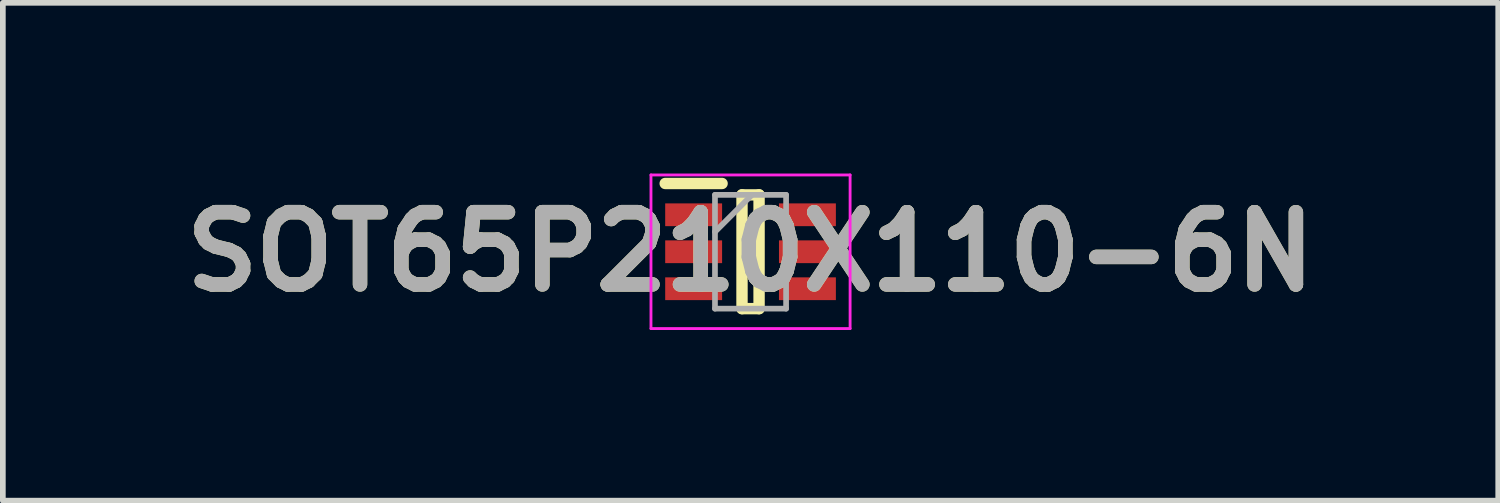
<source format=kicad_pcb>
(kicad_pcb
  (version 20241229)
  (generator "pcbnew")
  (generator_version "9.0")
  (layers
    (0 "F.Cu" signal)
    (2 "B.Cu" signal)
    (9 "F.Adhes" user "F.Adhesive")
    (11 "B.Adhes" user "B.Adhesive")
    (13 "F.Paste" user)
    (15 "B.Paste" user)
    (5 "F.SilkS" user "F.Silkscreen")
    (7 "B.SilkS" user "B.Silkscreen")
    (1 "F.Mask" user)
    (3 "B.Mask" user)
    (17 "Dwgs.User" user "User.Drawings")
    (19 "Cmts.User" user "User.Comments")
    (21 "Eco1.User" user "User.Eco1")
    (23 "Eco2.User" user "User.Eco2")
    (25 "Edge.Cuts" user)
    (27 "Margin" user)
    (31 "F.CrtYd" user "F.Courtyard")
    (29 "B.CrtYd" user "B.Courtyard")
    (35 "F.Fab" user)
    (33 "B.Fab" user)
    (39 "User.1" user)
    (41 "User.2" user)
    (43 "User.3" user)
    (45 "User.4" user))
  (footprint "SOT65P210X110-6N"
    (layer "F.Cu")
    (at 10.142 1.375)
    (property "Reference" "SOT65P210X110-6N" (at 0 0 0) (layer "F.SilkS") (effects (font (size 1.27 1.27) (thickness 0.254))))
    (attr smd)
    (fp_line (start -1.5 -1.2) (end -0.5 -1.2) (stroke (width 0.2) (type solid)) (layer "F.SilkS"))
    (fp_line (start -0.15 -1) (end 0.15 -1) (stroke (width 0.2) (type solid)) (layer "F.SilkS"))
    (fp_line (start -0.15 1) (end -0.15 -1) (stroke (width 0.2) (type solid)) (layer "F.SilkS"))
    (fp_line (start 0.15 -1) (end 0.15 1) (stroke (width 0.2) (type solid)) (layer "F.SilkS"))
    (fp_line (start 0.15 1) (end -0.15 1) (stroke (width 0.2) (type solid)) (layer "F.SilkS"))
    (fp_line (start -1.75 -1.35) (end 1.75 -1.35) (stroke (width 0.05) (type solid)) (layer "F.CrtYd"))
    (fp_line (start -1.75 1.35) (end -1.75 -1.35) (stroke (width 0.05) (type solid)) (layer "F.CrtYd"))
    (fp_line (start 1.75 -1.35) (end 1.75 1.35) (stroke (width 0.05) (type solid)) (layer "F.CrtYd"))
    (fp_line (start 1.75 1.35) (end -1.75 1.35) (stroke (width 0.05) (type solid)) (layer "F.CrtYd"))
    (fp_line (start -0.625 -1) (end 0.625 -1) (stroke (width 0.1) (type solid)) (layer "F.Fab"))
    (fp_line (start -0.625 -0.35) (end 0.025 -1) (stroke (width 0.1) (type solid)) (layer "F.Fab"))
    (fp_line (start -0.625 1) (end -0.625 -1) (stroke (width 0.1) (type solid)) (layer "F.Fab"))
    (fp_line (start 0.625 -1) (end 0.625 1) (stroke (width 0.1) (type solid)) (layer "F.Fab"))
    (fp_line (start 0.625 1) (end -0.625 1) (stroke (width 0.1) (type solid)) (layer "F.Fab"))
    (fp_text user "${REFERENCE}" (at 0 0 0) (layer "F.Fab") (effects (font (size 1.27 1.27) (thickness 0.254))))
    (pad "1" smd rect (at -1 -0.65 90) (size 0.4 1) (layers "F.Cu" "F.Mask" "F.Paste"))
    (pad "2" smd rect (at -1 0 90) (size 0.4 1) (layers "F.Cu" "F.Mask" "F.Paste"))
    (pad "3" smd rect (at -1 0.65 90) (size 0.4 1) (layers "F.Cu" "F.Mask" "F.Paste"))
    (pad "4" smd rect (at 1 0.65 90) (size 0.4 1) (layers "F.Cu" "F.Mask" "F.Paste"))
    (pad "5" smd rect (at 1 0 90) (size 0.4 1) (layers "F.Cu" "F.Mask" "F.Paste"))
    (pad "6" smd rect (at 1 -0.65 90) (size 0.4 1) (layers "F.Cu" "F.Mask" "F.Paste")))
  (gr_rect
    (start -3 -3)
    (end 23.284 5.75)
    (stroke (width 0.1) (type default))
    (fill no)
    (layer "Edge.Cuts")))
</source>
